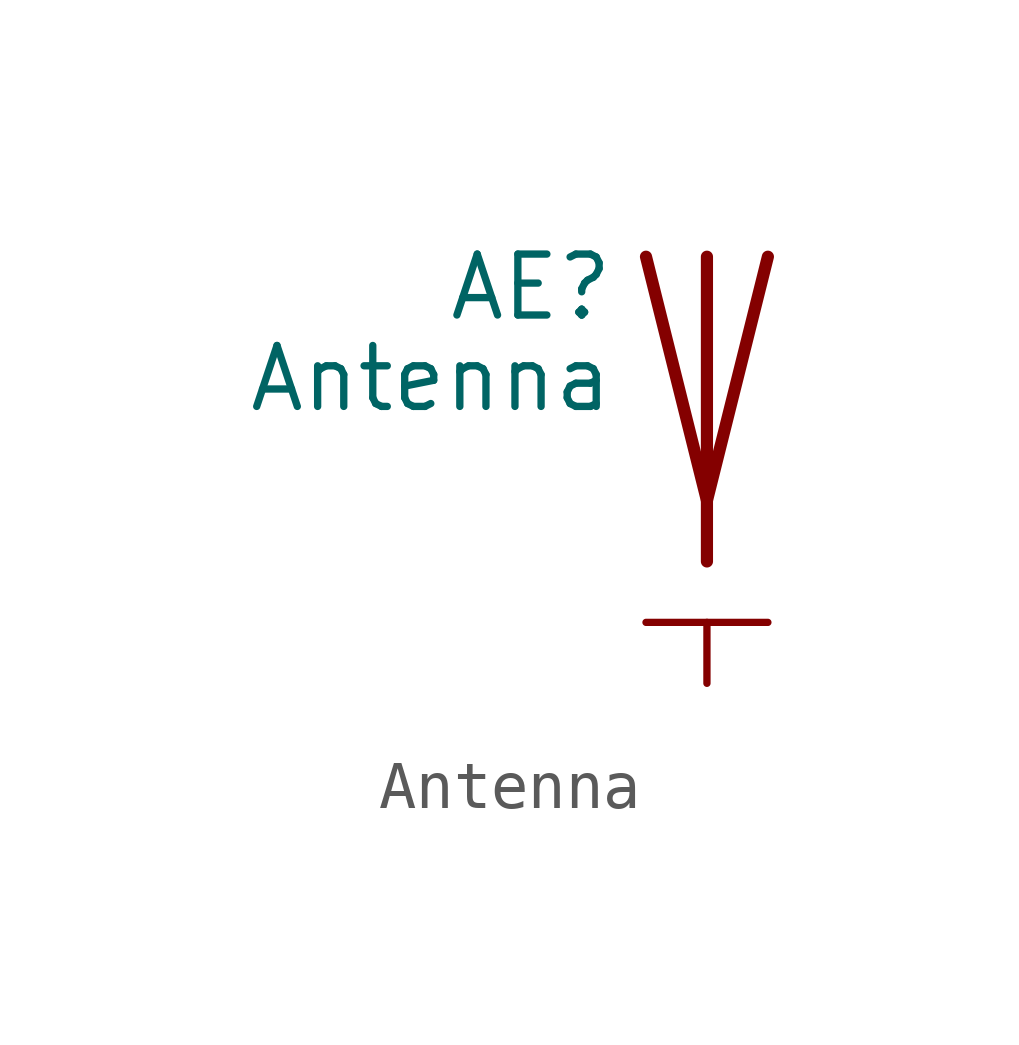
<source format=kicad_sym>
(kicad_symbol_lib
  (version 20211014)
  (generator kicad_symbol_editor)
  (symbol "Antenna"
    (pin_numbers hide)
    (pin_names
      (offset 1.016) hide)
    (property "Reference" "AE"
      (at -1.905 1.905 0)
      (effects (font (size 1.27 1.27)) (justify right)))
    (property "Value" "Antenna"
      (at -1.905 0 0)
      (effects (font (size 1.27 1.27)) (justify right)))
    (symbol "Antenna_0_1"
      (polyline (pts (xy -1.27 -5.08) (xy 1.27 -5.08)) (stroke (width 0) (type default) (color 0 0 0 0)) (fill (type none)))
      (polyline (pts (xy 0 2.54) (xy 0 -3.81)) (stroke (width 0.254) (type default) (color 0 0 0 0)) (fill (type none)))
      (polyline (pts (xy 1.27 2.54) (xy 0 -2.54) (xy -1.27 2.54)) (stroke (width 0.254) (type default) (color 0 0 0 0)) (fill (type none))))
    (symbol "Antenna_1_1"
      (pin input line (at 0 -3.81 90) (length 0) (name "A" (effects (font (size 1.27 1.27)))) (number "1" (effects (font (size 1.27 1.27)))))
      (pin input line (at 0 -6.35 90) (length 1.27) (name "~" (effects (font (size 1.27 1.27)))) (number "2" (effects (font (size 1.27 1.27))))))))
</source>
